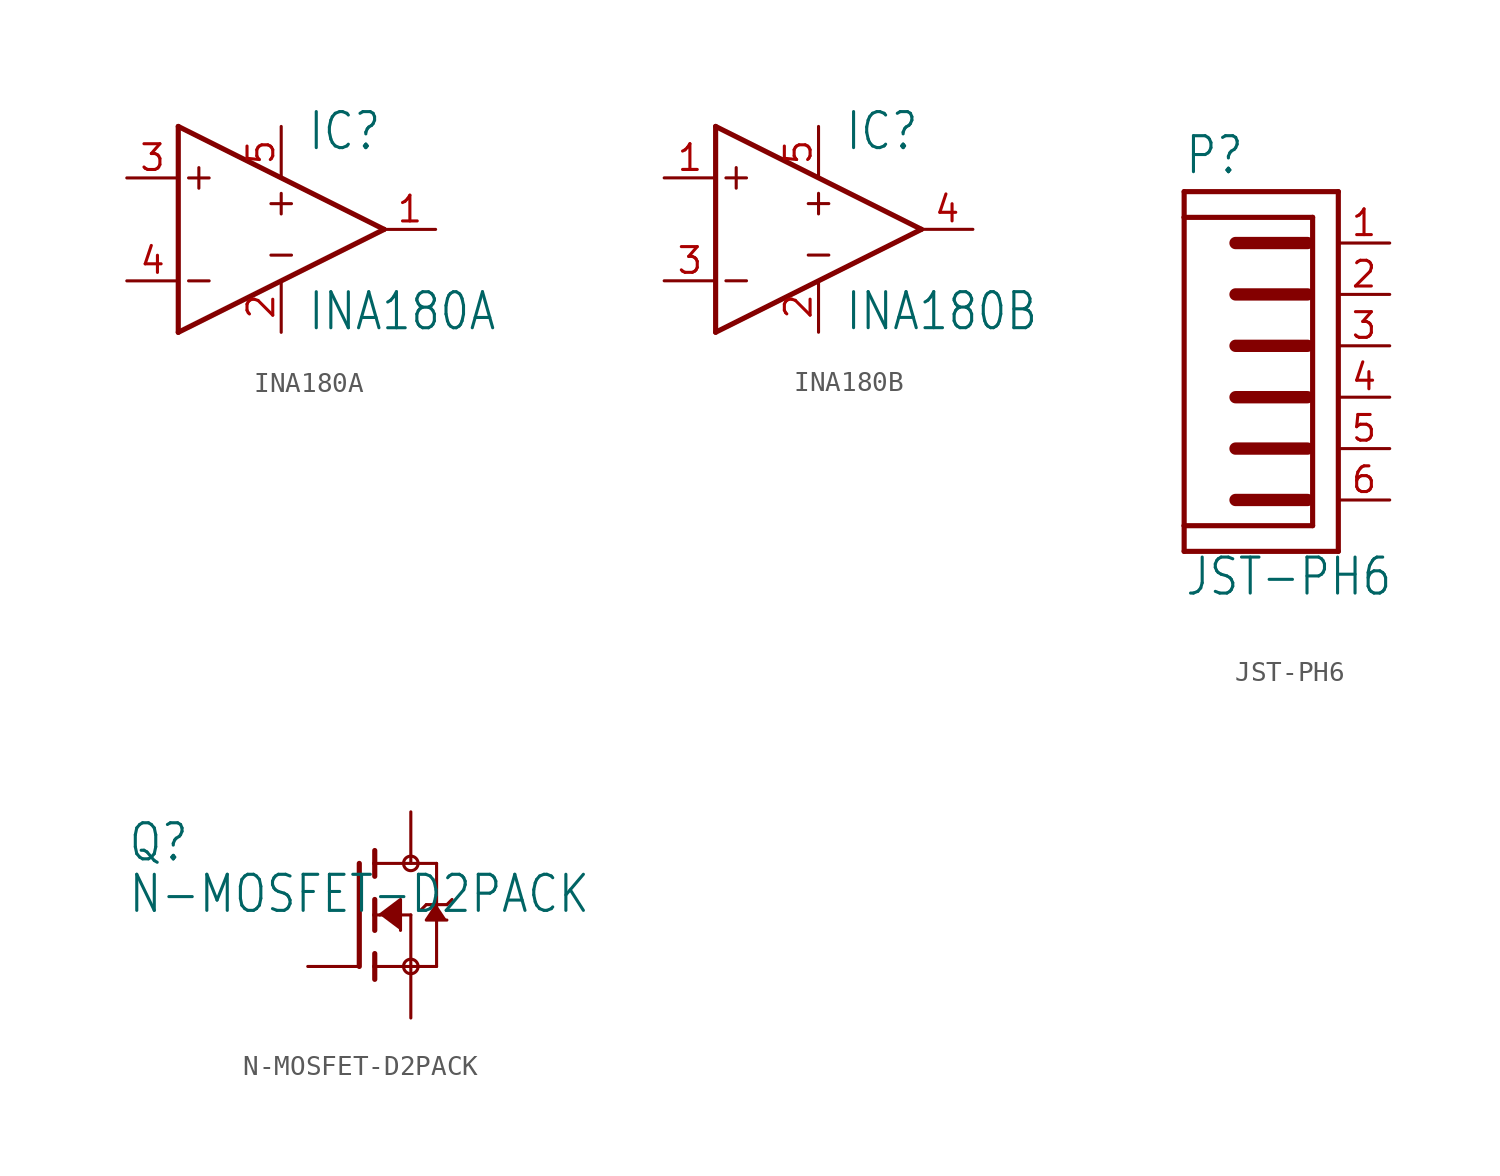
<source format=kicad_sym>
(kicad_symbol_lib
  (version 20211014)
  (generator kicad_symbol_editor)
  (symbol "INA180A"
    (property "Reference" "IC"
      (at 3.81 3.81 0)
      (effects (font (size 1.778 1.511)) (justify left bottom)))
    (property "Value" "INA180A"
      (at 3.81 -5.08 0)
      (effects (font (size 1.778 1.511)) (justify left bottom)))
    (property "ki_locked" ""
      (at 0 0 0)
      (effects (font (size 1.27 1.27))))
    (symbol "INA180A_1_0"
      (polyline (pts (xy -2.54 -5.08) (xy 7.62 0)) (stroke (width 0.254) (type default) (color 0 0 0 0)) (fill (type none)))
      (polyline (pts (xy -2.54 5.08) (xy -2.54 -5.08)) (stroke (width 0.254) (type default) (color 0 0 0 0)) (fill (type none)))
      (polyline (pts (xy -2.032 -2.54) (xy -1.016 -2.54)) (stroke (width 0.152) (type default) (color 0 0 0 0)) (fill (type none)))
      (polyline (pts (xy -2.032 2.54) (xy -1.016 2.54)) (stroke (width 0.152) (type default) (color 0 0 0 0)) (fill (type none)))
      (polyline (pts (xy -1.524 3.048) (xy -1.524 2.032)) (stroke (width 0.152) (type default) (color 0 0 0 0)) (fill (type none)))
      (polyline (pts (xy 2.032 -1.27) (xy 3.048 -1.27)) (stroke (width 0.152) (type default) (color 0 0 0 0)) (fill (type none)))
      (polyline (pts (xy 2.032 1.27) (xy 3.048 1.27)) (stroke (width 0.152) (type default) (color 0 0 0 0)) (fill (type none)))
      (polyline (pts (xy 2.54 1.778) (xy 2.54 0.762)) (stroke (width 0.152) (type default) (color 0 0 0 0)) (fill (type none)))
      (polyline (pts (xy 7.62 0) (xy -2.54 5.08)) (stroke (width 0.254) (type default) (color 0 0 0 0)) (fill (type none)))
      (pin output line (at 10.16 0 180) (length 2.54) (name "OUT" (effects (font (size 0 0)))) (number "1" (effects (font (size 1.27 1.27)))))
      (pin power_in line (at 2.54 -5.08 90) (length 2.54) (name "GND" (effects (font (size 0 0)))) (number "2" (effects (font (size 1.27 1.27)))))
      (pin input line (at -5.08 2.54 0) (length 2.54) (name "IN+" (effects (font (size 0 0)))) (number "3" (effects (font (size 1.27 1.27)))))
      (pin input line (at -5.08 -2.54 0) (length 2.54) (name "IN-" (effects (font (size 0 0)))) (number "4" (effects (font (size 1.27 1.27)))))
      (pin power_in line (at 2.54 5.08 270) (length 2.54) (name "VCC" (effects (font (size 0 0)))) (number "5" (effects (font (size 1.27 1.27)))))))
  (symbol "INA180B"
    (property "Reference" "IC"
      (at 3.81 3.81 0)
      (effects (font (size 1.778 1.511)) (justify left bottom)))
    (property "Value" "INA180B"
      (at 3.81 -5.08 0)
      (effects (font (size 1.778 1.511)) (justify left bottom)))
    (property "ki_locked" ""
      (at 0 0 0)
      (effects (font (size 1.27 1.27))))
    (symbol "INA180B_1_0"
      (polyline (pts (xy -2.54 -5.08) (xy 7.62 0)) (stroke (width 0.254) (type default) (color 0 0 0 0)) (fill (type none)))
      (polyline (pts (xy -2.54 5.08) (xy -2.54 -5.08)) (stroke (width 0.254) (type default) (color 0 0 0 0)) (fill (type none)))
      (polyline (pts (xy -2.032 -2.54) (xy -1.016 -2.54)) (stroke (width 0.152) (type default) (color 0 0 0 0)) (fill (type none)))
      (polyline (pts (xy -2.032 2.54) (xy -1.016 2.54)) (stroke (width 0.152) (type default) (color 0 0 0 0)) (fill (type none)))
      (polyline (pts (xy -1.524 3.048) (xy -1.524 2.032)) (stroke (width 0.152) (type default) (color 0 0 0 0)) (fill (type none)))
      (polyline (pts (xy 2.032 -1.27) (xy 3.048 -1.27)) (stroke (width 0.152) (type default) (color 0 0 0 0)) (fill (type none)))
      (polyline (pts (xy 2.032 1.27) (xy 3.048 1.27)) (stroke (width 0.152) (type default) (color 0 0 0 0)) (fill (type none)))
      (polyline (pts (xy 2.54 1.778) (xy 2.54 0.762)) (stroke (width 0.152) (type default) (color 0 0 0 0)) (fill (type none)))
      (polyline (pts (xy 7.62 0) (xy -2.54 5.08)) (stroke (width 0.254) (type default) (color 0 0 0 0)) (fill (type none)))
      (pin input line (at -5.08 2.54 0) (length 2.54) (name "IN+" (effects (font (size 0 0)))) (number "1" (effects (font (size 1.27 1.27)))))
      (pin power_in line (at 2.54 -5.08 90) (length 2.54) (name "GND" (effects (font (size 0 0)))) (number "2" (effects (font (size 1.27 1.27)))))
      (pin input line (at -5.08 -2.54 0) (length 2.54) (name "IN-" (effects (font (size 0 0)))) (number "3" (effects (font (size 1.27 1.27)))))
      (pin output line (at 10.16 0 180) (length 2.54) (name "OUT" (effects (font (size 0 0)))) (number "4" (effects (font (size 1.27 1.27)))))
      (pin power_in line (at 2.54 5.08 270) (length 2.54) (name "VCC" (effects (font (size 0 0)))) (number "5" (effects (font (size 1.27 1.27)))))))
  (symbol "JST-PH6"
    (property "Reference" "P"
      (at -2.54 8.382 0)
      (effects (font (size 1.778 1.511)) (justify left bottom)))
    (property "Value" "JST-PH6"
      (at -2.54 -12.446 0)
      (effects (font (size 1.778 1.511)) (justify left bottom)))
    (property "ki_locked" ""
      (at 0 0 0)
      (effects (font (size 1.27 1.27))))
    (symbol "JST-PH6_1_0"
      (polyline (pts (xy -2.54 -10.16) (xy 5.08 -10.16)) (stroke (width 0.254) (type default) (color 0 0 0 0)) (fill (type none)))
      (polyline (pts (xy -2.54 -8.89) (xy -2.54 -10.16)) (stroke (width 0.254) (type default) (color 0 0 0 0)) (fill (type none)))
      (polyline (pts (xy -2.54 6.35) (xy -2.54 -8.89)) (stroke (width 0.254) (type default) (color 0 0 0 0)) (fill (type none)))
      (polyline (pts (xy -2.54 6.35) (xy 3.81 6.35)) (stroke (width 0.254) (type default) (color 0 0 0 0)) (fill (type none)))
      (polyline (pts (xy -2.54 7.62) (xy -2.54 6.35)) (stroke (width 0.254) (type default) (color 0 0 0 0)) (fill (type none)))
      (polyline (pts (xy 3.556 -7.62) (xy 0 -7.62)) (stroke (width 0.61) (type default) (color 0 0 0 0)) (fill (type none)))
      (polyline (pts (xy 3.556 -5.08) (xy 0 -5.08)) (stroke (width 0.61) (type default) (color 0 0 0 0)) (fill (type none)))
      (polyline (pts (xy 3.556 -2.54) (xy 0 -2.54)) (stroke (width 0.61) (type default) (color 0 0 0 0)) (fill (type none)))
      (polyline (pts (xy 3.556 0) (xy 0 0)) (stroke (width 0.61) (type default) (color 0 0 0 0)) (fill (type none)))
      (polyline (pts (xy 3.556 2.54) (xy 0 2.54)) (stroke (width 0.61) (type default) (color 0 0 0 0)) (fill (type none)))
      (polyline (pts (xy 3.556 5.08) (xy 0 5.08)) (stroke (width 0.61) (type default) (color 0 0 0 0)) (fill (type none)))
      (polyline (pts (xy 3.81 -8.89) (xy -2.54 -8.89)) (stroke (width 0.254) (type default) (color 0 0 0 0)) (fill (type none)))
      (polyline (pts (xy 3.81 6.35) (xy 3.81 -8.89)) (stroke (width 0.254) (type default) (color 0 0 0 0)) (fill (type none)))
      (polyline (pts (xy 5.08 -10.16) (xy 5.08 7.62)) (stroke (width 0.254) (type default) (color 0 0 0 0)) (fill (type none)))
      (polyline (pts (xy 5.08 7.62) (xy -2.54 7.62)) (stroke (width 0.254) (type default) (color 0 0 0 0)) (fill (type none)))
      (pin passive line (at 7.62 5.08 180) (length 2.54) (name "1" (effects (font (size 0 0)))) (number "1" (effects (font (size 1.27 1.27)))))
      (pin passive line (at 7.62 2.54 180) (length 2.54) (name "2" (effects (font (size 0 0)))) (number "2" (effects (font (size 1.27 1.27)))))
      (pin passive line (at 7.62 0 180) (length 2.54) (name "3" (effects (font (size 0 0)))) (number "3" (effects (font (size 1.27 1.27)))))
      (pin passive line (at 7.62 -2.54 180) (length 2.54) (name "4" (effects (font (size 0 0)))) (number "4" (effects (font (size 1.27 1.27)))))
      (pin passive line (at 7.62 -5.08 180) (length 2.54) (name "5" (effects (font (size 0 0)))) (number "5" (effects (font (size 1.27 1.27)))))
      (pin passive line (at 7.62 -7.62 180) (length 2.54) (name "6" (effects (font (size 0 0)))) (number "6" (effects (font (size 1.27 1.27)))))))
  (symbol "N-MOSFET-D2PACK"
    (property "Reference" "Q"
      (at -11.43 2.54 0)
      (effects (font (size 1.778 1.511)) (justify left bottom)))
    (property "Value" "N-MOSFET-D2PACK"
      (at -11.43 0 0)
      (effects (font (size 1.778 1.511)) (justify left bottom)))
    (property "ki_locked" ""
      (at 0 0 0)
      (effects (font (size 1.27 1.27))))
    (symbol "N-MOSFET-D2PACK_1_0"
      (polyline (pts (xy 0 2.54) (xy 0 -2.54)) (stroke (width 0.254) (type default) (color 0 0 0 0)) (fill (type none)))
      (polyline (pts (xy 0.762 -2.54) (xy 0.762 -3.175)) (stroke (width 0.254) (type default) (color 0 0 0 0)) (fill (type none)))
      (polyline (pts (xy 0.762 -1.905) (xy 0.762 -2.54)) (stroke (width 0.254) (type default) (color 0 0 0 0)) (fill (type none)))
      (polyline (pts (xy 0.762 0) (xy 0.762 -0.762)) (stroke (width 0.254) (type default) (color 0 0 0 0)) (fill (type none)))
      (polyline (pts (xy 0.762 0) (xy 2.54 0)) (stroke (width 0.152) (type default) (color 0 0 0 0)) (fill (type none)))
      (polyline (pts (xy 0.762 0.762) (xy 0.762 0)) (stroke (width 0.254) (type default) (color 0 0 0 0)) (fill (type none)))
      (polyline (pts (xy 0.762 2.54) (xy 0.762 1.905)) (stroke (width 0.254) (type default) (color 0 0 0 0)) (fill (type none)))
      (polyline (pts (xy 0.762 2.54) (xy 3.81 2.54)) (stroke (width 0.152) (type default) (color 0 0 0 0)) (fill (type none)))
      (polyline (pts (xy 0.762 3.175) (xy 0.762 2.54)) (stroke (width 0.254) (type default) (color 0 0 0 0)) (fill (type none)))
      (polyline (pts (xy 2.54 -2.54) (xy 0.762 -2.54)) (stroke (width 0.152) (type default) (color 0 0 0 0)) (fill (type none)))
      (polyline (pts (xy 2.54 -2.54) (xy 3.81 -2.54)) (stroke (width 0.152) (type default) (color 0 0 0 0)) (fill (type none)))
      (polyline (pts (xy 2.54 0) (xy 2.54 -2.54)) (stroke (width 0.152) (type default) (color 0 0 0 0)) (fill (type none)))
      (polyline (pts (xy 3.302 0.508) (xy 3.048 0.254)) (stroke (width 0.152) (type default) (color 0 0 0 0)) (fill (type none)))
      (polyline (pts (xy 3.81 0.508) (xy 3.302 0.508)) (stroke (width 0.152) (type default) (color 0 0 0 0)) (fill (type none)))
      (polyline (pts (xy 3.81 0.508) (xy 3.81 -2.54)) (stroke (width 0.152) (type default) (color 0 0 0 0)) (fill (type none)))
      (polyline (pts (xy 3.81 2.54) (xy 3.81 0.508)) (stroke (width 0.152) (type default) (color 0 0 0 0)) (fill (type none)))
      (polyline (pts (xy 4.318 0.508) (xy 3.81 0.508)) (stroke (width 0.152) (type default) (color 0 0 0 0)) (fill (type none)))
      (polyline (pts (xy 4.572 0.762) (xy 4.318 0.508)) (stroke (width 0.152) (type default) (color 0 0 0 0)) (fill (type none)))
      (polyline (pts (xy 1.016 0) (xy 2.032 0.762) (xy 2.032 -0.762)) (stroke (width 0) (type default) (color 0 0 0 0)) (fill (type outline)))
      (polyline (pts (xy 3.81 0.508) (xy 3.302 -0.254) (xy 4.318 -0.254)) (stroke (width 0) (type default) (color 0 0 0 0)) (fill (type outline)))
      (circle (center 2.54 -2.54) (radius 0.359) (stroke (width 0) (type default) (color 0 0 0 0)) (fill (type none)))
      (circle (center 2.54 2.54) (radius 0.359) (stroke (width 0) (type default) (color 0 0 0 0)) (fill (type none)))
      (pin passive line (at -2.54 -2.54 0) (length 2.54) (name "G" (effects (font (size 0 0)))) (number "1" (effects (font (size 0 0)))))
      (pin passive line (at 2.54 5.08 270) (length 2.54) (name "D" (effects (font (size 0 0)))) (number "2" (effects (font (size 0 0)))))
      (pin passive line (at 2.54 -5.08 90) (length 2.54) (name "S" (effects (font (size 0 0)))) (number "3" (effects (font (size 0 0))))))))
</source>
